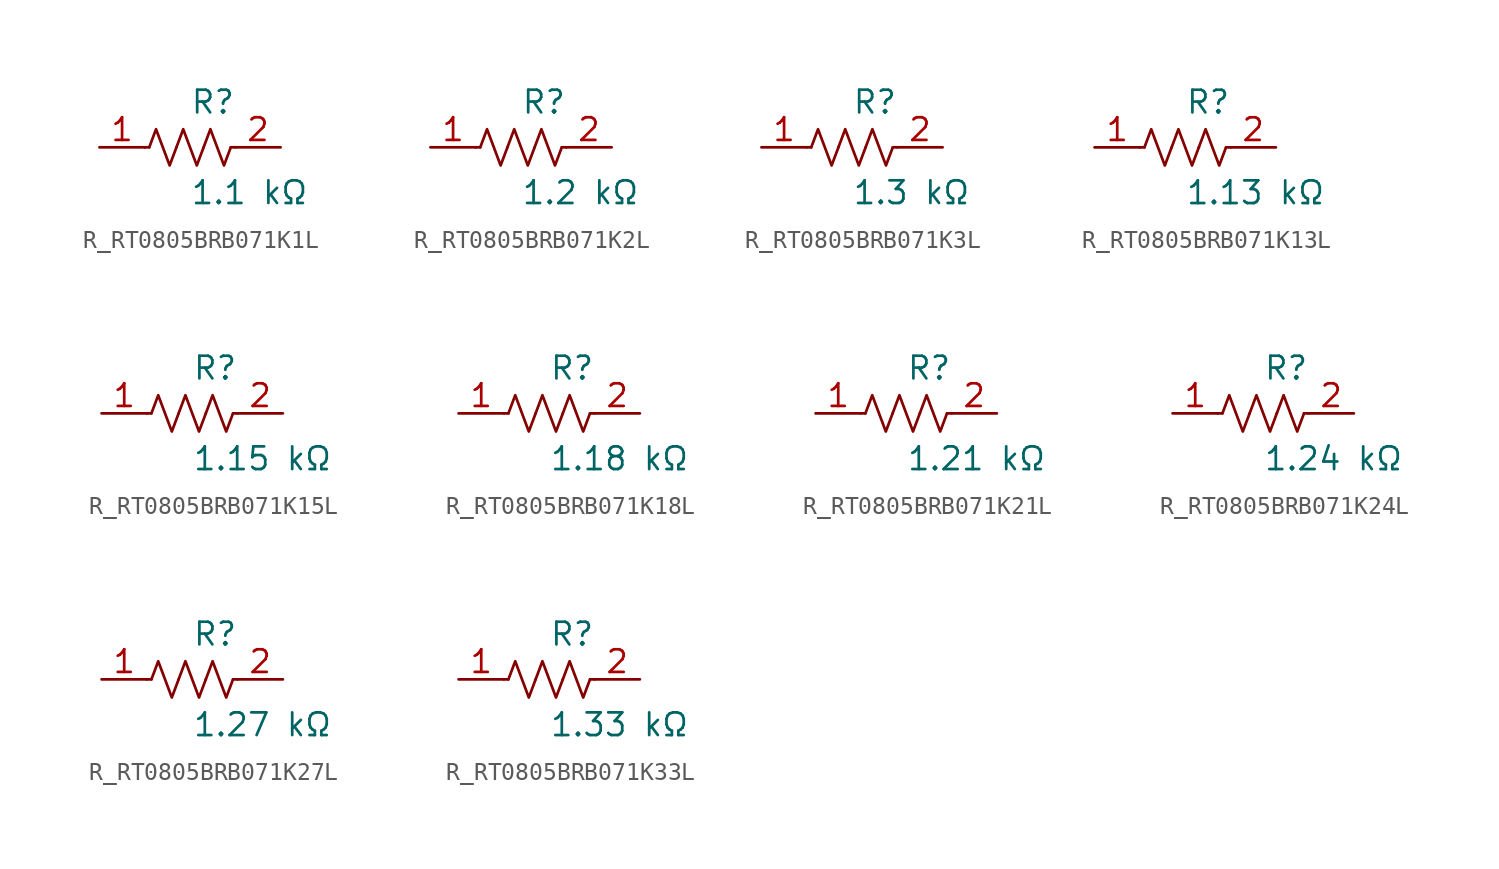
<source format=kicad_sym>
(kicad_symbol_lib
  (version 20231120)
  (generator kicad_symbol_editor)
  (generator_version 8.0)
  (symbol "R_RT0805BRB071K1L"
    (pin_names
      (offset 0.254))
    (property "Reference" "R"
      (at 0.0 2.54 0)
      (effects (font (size 1.27 1.27)) (justify left)))
    (property "Value" "1.1 kΩ"
      (at 0.0 -2.54 0)
      (effects (font (size 1.27 1.27)) (justify left)))
    (symbol "R_RT0805BRB071K1L_0_1"
      (polyline (pts (xy 2.286 0) (xy 2.54 0)) (stroke (width 0) (type default)) (fill (type none)))
      (polyline (pts (xy -2.286 0) (xy -2.54 0)) (stroke (width 0) (type default)) (fill (type none)))
      (polyline (pts (xy 0.762 0) (xy 1.143 1.016) (xy 1.524 0) (xy 1.905 -1.016) (xy 2.286 0)) (stroke (width 0) (type default)) (fill (type none)))
      (polyline (pts (xy -0.762 0) (xy -0.381 1.016) (xy 0 0) (xy 0.381 -1.016) (xy 0.762 0)) (stroke (width 0) (type default)) (fill (type none)))
      (polyline (pts (xy -2.286 0) (xy -1.905 1.016) (xy -1.524 0) (xy -1.143 -1.016) (xy -0.762 0)) (stroke (width 0) (type default)) (fill (type none))))
    (pin unspecified line
      (at -5.08 0 0)
      (length 2.54)
      (name "" (effects (font (size 1.27 1.27))))
      (number "1" (effects (font (size 1.27 1.27)))))
    (pin unspecified line
      (at 5.08 0 180)
      (length 2.54)
      (name "" (effects (font (size 1.27 1.27))))
      (number "2" (effects (font (size 1.27 1.27))))))
  (symbol "R_RT0805BRB071K2L"
    (pin_names
      (offset 0.254))
    (property "Reference" "R"
      (at 0.0 2.54 0)
      (effects (font (size 1.27 1.27)) (justify left)))
    (property "Value" "1.2 kΩ"
      (at 0.0 -2.54 0)
      (effects (font (size 1.27 1.27)) (justify left)))
    (symbol "R_RT0805BRB071K2L_0_1"
      (polyline (pts (xy 2.286 0) (xy 2.54 0)) (stroke (width 0) (type default)) (fill (type none)))
      (polyline (pts (xy -2.286 0) (xy -2.54 0)) (stroke (width 0) (type default)) (fill (type none)))
      (polyline (pts (xy 0.762 0) (xy 1.143 1.016) (xy 1.524 0) (xy 1.905 -1.016) (xy 2.286 0)) (stroke (width 0) (type default)) (fill (type none)))
      (polyline (pts (xy -0.762 0) (xy -0.381 1.016) (xy 0 0) (xy 0.381 -1.016) (xy 0.762 0)) (stroke (width 0) (type default)) (fill (type none)))
      (polyline (pts (xy -2.286 0) (xy -1.905 1.016) (xy -1.524 0) (xy -1.143 -1.016) (xy -0.762 0)) (stroke (width 0) (type default)) (fill (type none))))
    (pin unspecified line
      (at -5.08 0 0)
      (length 2.54)
      (name "" (effects (font (size 1.27 1.27))))
      (number "1" (effects (font (size 1.27 1.27)))))
    (pin unspecified line
      (at 5.08 0 180)
      (length 2.54)
      (name "" (effects (font (size 1.27 1.27))))
      (number "2" (effects (font (size 1.27 1.27))))))
  (symbol "R_RT0805BRB071K3L"
    (pin_names
      (offset 0.254))
    (property "Reference" "R"
      (at 0.0 2.54 0)
      (effects (font (size 1.27 1.27)) (justify left)))
    (property "Value" "1.3 kΩ"
      (at 0.0 -2.54 0)
      (effects (font (size 1.27 1.27)) (justify left)))
    (symbol "R_RT0805BRB071K3L_0_1"
      (polyline (pts (xy 2.286 0) (xy 2.54 0)) (stroke (width 0) (type default)) (fill (type none)))
      (polyline (pts (xy -2.286 0) (xy -2.54 0)) (stroke (width 0) (type default)) (fill (type none)))
      (polyline (pts (xy 0.762 0) (xy 1.143 1.016) (xy 1.524 0) (xy 1.905 -1.016) (xy 2.286 0)) (stroke (width 0) (type default)) (fill (type none)))
      (polyline (pts (xy -0.762 0) (xy -0.381 1.016) (xy 0 0) (xy 0.381 -1.016) (xy 0.762 0)) (stroke (width 0) (type default)) (fill (type none)))
      (polyline (pts (xy -2.286 0) (xy -1.905 1.016) (xy -1.524 0) (xy -1.143 -1.016) (xy -0.762 0)) (stroke (width 0) (type default)) (fill (type none))))
    (pin unspecified line
      (at -5.08 0 0)
      (length 2.54)
      (name "" (effects (font (size 1.27 1.27))))
      (number "1" (effects (font (size 1.27 1.27)))))
    (pin unspecified line
      (at 5.08 0 180)
      (length 2.54)
      (name "" (effects (font (size 1.27 1.27))))
      (number "2" (effects (font (size 1.27 1.27))))))
  (symbol "R_RT0805BRB071K13L"
    (pin_names
      (offset 0.254))
    (property "Reference" "R"
      (at 0.0 2.54 0)
      (effects (font (size 1.27 1.27)) (justify left)))
    (property "Value" "1.13 kΩ"
      (at 0.0 -2.54 0)
      (effects (font (size 1.27 1.27)) (justify left)))
    (symbol "R_RT0805BRB071K13L_0_1"
      (polyline (pts (xy 2.286 0) (xy 2.54 0)) (stroke (width 0) (type default)) (fill (type none)))
      (polyline (pts (xy -2.286 0) (xy -2.54 0)) (stroke (width 0) (type default)) (fill (type none)))
      (polyline (pts (xy 0.762 0) (xy 1.143 1.016) (xy 1.524 0) (xy 1.905 -1.016) (xy 2.286 0)) (stroke (width 0) (type default)) (fill (type none)))
      (polyline (pts (xy -0.762 0) (xy -0.381 1.016) (xy 0 0) (xy 0.381 -1.016) (xy 0.762 0)) (stroke (width 0) (type default)) (fill (type none)))
      (polyline (pts (xy -2.286 0) (xy -1.905 1.016) (xy -1.524 0) (xy -1.143 -1.016) (xy -0.762 0)) (stroke (width 0) (type default)) (fill (type none))))
    (pin unspecified line
      (at -5.08 0 0)
      (length 2.54)
      (name "" (effects (font (size 1.27 1.27))))
      (number "1" (effects (font (size 1.27 1.27)))))
    (pin unspecified line
      (at 5.08 0 180)
      (length 2.54)
      (name "" (effects (font (size 1.27 1.27))))
      (number "2" (effects (font (size 1.27 1.27))))))
  (symbol "R_RT0805BRB071K15L"
    (pin_names
      (offset 0.254))
    (property "Reference" "R"
      (at 0.0 2.54 0)
      (effects (font (size 1.27 1.27)) (justify left)))
    (property "Value" "1.15 kΩ"
      (at 0.0 -2.54 0)
      (effects (font (size 1.27 1.27)) (justify left)))
    (symbol "R_RT0805BRB071K15L_0_1"
      (polyline (pts (xy 2.286 0) (xy 2.54 0)) (stroke (width 0) (type default)) (fill (type none)))
      (polyline (pts (xy -2.286 0) (xy -2.54 0)) (stroke (width 0) (type default)) (fill (type none)))
      (polyline (pts (xy 0.762 0) (xy 1.143 1.016) (xy 1.524 0) (xy 1.905 -1.016) (xy 2.286 0)) (stroke (width 0) (type default)) (fill (type none)))
      (polyline (pts (xy -0.762 0) (xy -0.381 1.016) (xy 0 0) (xy 0.381 -1.016) (xy 0.762 0)) (stroke (width 0) (type default)) (fill (type none)))
      (polyline (pts (xy -2.286 0) (xy -1.905 1.016) (xy -1.524 0) (xy -1.143 -1.016) (xy -0.762 0)) (stroke (width 0) (type default)) (fill (type none))))
    (pin unspecified line
      (at -5.08 0 0)
      (length 2.54)
      (name "" (effects (font (size 1.27 1.27))))
      (number "1" (effects (font (size 1.27 1.27)))))
    (pin unspecified line
      (at 5.08 0 180)
      (length 2.54)
      (name "" (effects (font (size 1.27 1.27))))
      (number "2" (effects (font (size 1.27 1.27))))))
  (symbol "R_RT0805BRB071K18L"
    (pin_names
      (offset 0.254))
    (property "Reference" "R"
      (at 0.0 2.54 0)
      (effects (font (size 1.27 1.27)) (justify left)))
    (property "Value" "1.18 kΩ"
      (at 0.0 -2.54 0)
      (effects (font (size 1.27 1.27)) (justify left)))
    (symbol "R_RT0805BRB071K18L_0_1"
      (polyline (pts (xy 2.286 0) (xy 2.54 0)) (stroke (width 0) (type default)) (fill (type none)))
      (polyline (pts (xy -2.286 0) (xy -2.54 0)) (stroke (width 0) (type default)) (fill (type none)))
      (polyline (pts (xy 0.762 0) (xy 1.143 1.016) (xy 1.524 0) (xy 1.905 -1.016) (xy 2.286 0)) (stroke (width 0) (type default)) (fill (type none)))
      (polyline (pts (xy -0.762 0) (xy -0.381 1.016) (xy 0 0) (xy 0.381 -1.016) (xy 0.762 0)) (stroke (width 0) (type default)) (fill (type none)))
      (polyline (pts (xy -2.286 0) (xy -1.905 1.016) (xy -1.524 0) (xy -1.143 -1.016) (xy -0.762 0)) (stroke (width 0) (type default)) (fill (type none))))
    (pin unspecified line
      (at -5.08 0 0)
      (length 2.54)
      (name "" (effects (font (size 1.27 1.27))))
      (number "1" (effects (font (size 1.27 1.27)))))
    (pin unspecified line
      (at 5.08 0 180)
      (length 2.54)
      (name "" (effects (font (size 1.27 1.27))))
      (number "2" (effects (font (size 1.27 1.27))))))
  (symbol "R_RT0805BRB071K21L"
    (pin_names
      (offset 0.254))
    (property "Reference" "R"
      (at 0.0 2.54 0)
      (effects (font (size 1.27 1.27)) (justify left)))
    (property "Value" "1.21 kΩ"
      (at 0.0 -2.54 0)
      (effects (font (size 1.27 1.27)) (justify left)))
    (symbol "R_RT0805BRB071K21L_0_1"
      (polyline (pts (xy 2.286 0) (xy 2.54 0)) (stroke (width 0) (type default)) (fill (type none)))
      (polyline (pts (xy -2.286 0) (xy -2.54 0)) (stroke (width 0) (type default)) (fill (type none)))
      (polyline (pts (xy 0.762 0) (xy 1.143 1.016) (xy 1.524 0) (xy 1.905 -1.016) (xy 2.286 0)) (stroke (width 0) (type default)) (fill (type none)))
      (polyline (pts (xy -0.762 0) (xy -0.381 1.016) (xy 0 0) (xy 0.381 -1.016) (xy 0.762 0)) (stroke (width 0) (type default)) (fill (type none)))
      (polyline (pts (xy -2.286 0) (xy -1.905 1.016) (xy -1.524 0) (xy -1.143 -1.016) (xy -0.762 0)) (stroke (width 0) (type default)) (fill (type none))))
    (pin unspecified line
      (at -5.08 0 0)
      (length 2.54)
      (name "" (effects (font (size 1.27 1.27))))
      (number "1" (effects (font (size 1.27 1.27)))))
    (pin unspecified line
      (at 5.08 0 180)
      (length 2.54)
      (name "" (effects (font (size 1.27 1.27))))
      (number "2" (effects (font (size 1.27 1.27))))))
  (symbol "R_RT0805BRB071K24L"
    (pin_names
      (offset 0.254))
    (property "Reference" "R"
      (at 0.0 2.54 0)
      (effects (font (size 1.27 1.27)) (justify left)))
    (property "Value" "1.24 kΩ"
      (at 0.0 -2.54 0)
      (effects (font (size 1.27 1.27)) (justify left)))
    (symbol "R_RT0805BRB071K24L_0_1"
      (polyline (pts (xy 2.286 0) (xy 2.54 0)) (stroke (width 0) (type default)) (fill (type none)))
      (polyline (pts (xy -2.286 0) (xy -2.54 0)) (stroke (width 0) (type default)) (fill (type none)))
      (polyline (pts (xy 0.762 0) (xy 1.143 1.016) (xy 1.524 0) (xy 1.905 -1.016) (xy 2.286 0)) (stroke (width 0) (type default)) (fill (type none)))
      (polyline (pts (xy -0.762 0) (xy -0.381 1.016) (xy 0 0) (xy 0.381 -1.016) (xy 0.762 0)) (stroke (width 0) (type default)) (fill (type none)))
      (polyline (pts (xy -2.286 0) (xy -1.905 1.016) (xy -1.524 0) (xy -1.143 -1.016) (xy -0.762 0)) (stroke (width 0) (type default)) (fill (type none))))
    (pin unspecified line
      (at -5.08 0 0)
      (length 2.54)
      (name "" (effects (font (size 1.27 1.27))))
      (number "1" (effects (font (size 1.27 1.27)))))
    (pin unspecified line
      (at 5.08 0 180)
      (length 2.54)
      (name "" (effects (font (size 1.27 1.27))))
      (number "2" (effects (font (size 1.27 1.27))))))
  (symbol "R_RT0805BRB071K27L"
    (pin_names
      (offset 0.254))
    (property "Reference" "R"
      (at 0.0 2.54 0)
      (effects (font (size 1.27 1.27)) (justify left)))
    (property "Value" "1.27 kΩ"
      (at 0.0 -2.54 0)
      (effects (font (size 1.27 1.27)) (justify left)))
    (symbol "R_RT0805BRB071K27L_0_1"
      (polyline (pts (xy 2.286 0) (xy 2.54 0)) (stroke (width 0) (type default)) (fill (type none)))
      (polyline (pts (xy -2.286 0) (xy -2.54 0)) (stroke (width 0) (type default)) (fill (type none)))
      (polyline (pts (xy 0.762 0) (xy 1.143 1.016) (xy 1.524 0) (xy 1.905 -1.016) (xy 2.286 0)) (stroke (width 0) (type default)) (fill (type none)))
      (polyline (pts (xy -0.762 0) (xy -0.381 1.016) (xy 0 0) (xy 0.381 -1.016) (xy 0.762 0)) (stroke (width 0) (type default)) (fill (type none)))
      (polyline (pts (xy -2.286 0) (xy -1.905 1.016) (xy -1.524 0) (xy -1.143 -1.016) (xy -0.762 0)) (stroke (width 0) (type default)) (fill (type none))))
    (pin unspecified line
      (at -5.08 0 0)
      (length 2.54)
      (name "" (effects (font (size 1.27 1.27))))
      (number "1" (effects (font (size 1.27 1.27)))))
    (pin unspecified line
      (at 5.08 0 180)
      (length 2.54)
      (name "" (effects (font (size 1.27 1.27))))
      (number "2" (effects (font (size 1.27 1.27))))))
  (symbol "R_RT0805BRB071K33L"
    (pin_names
      (offset 0.254))
    (property "Reference" "R"
      (at 0.0 2.54 0)
      (effects (font (size 1.27 1.27)) (justify left)))
    (property "Value" "1.33 kΩ"
      (at 0.0 -2.54 0)
      (effects (font (size 1.27 1.27)) (justify left)))
    (symbol "R_RT0805BRB071K33L_0_1"
      (polyline (pts (xy 2.286 0) (xy 2.54 0)) (stroke (width 0) (type default)) (fill (type none)))
      (polyline (pts (xy -2.286 0) (xy -2.54 0)) (stroke (width 0) (type default)) (fill (type none)))
      (polyline (pts (xy 0.762 0) (xy 1.143 1.016) (xy 1.524 0) (xy 1.905 -1.016) (xy 2.286 0)) (stroke (width 0) (type default)) (fill (type none)))
      (polyline (pts (xy -0.762 0) (xy -0.381 1.016) (xy 0 0) (xy 0.381 -1.016) (xy 0.762 0)) (stroke (width 0) (type default)) (fill (type none)))
      (polyline (pts (xy -2.286 0) (xy -1.905 1.016) (xy -1.524 0) (xy -1.143 -1.016) (xy -0.762 0)) (stroke (width 0) (type default)) (fill (type none))))
    (pin unspecified line
      (at -5.08 0 0)
      (length 2.54)
      (name "" (effects (font (size 1.27 1.27))))
      (number "1" (effects (font (size 1.27 1.27)))))
    (pin unspecified line
      (at 5.08 0 180)
      (length 2.54)
      (name "" (effects (font (size 1.27 1.27))))
      (number "2" (effects (font (size 1.27 1.27)))))))
</source>
